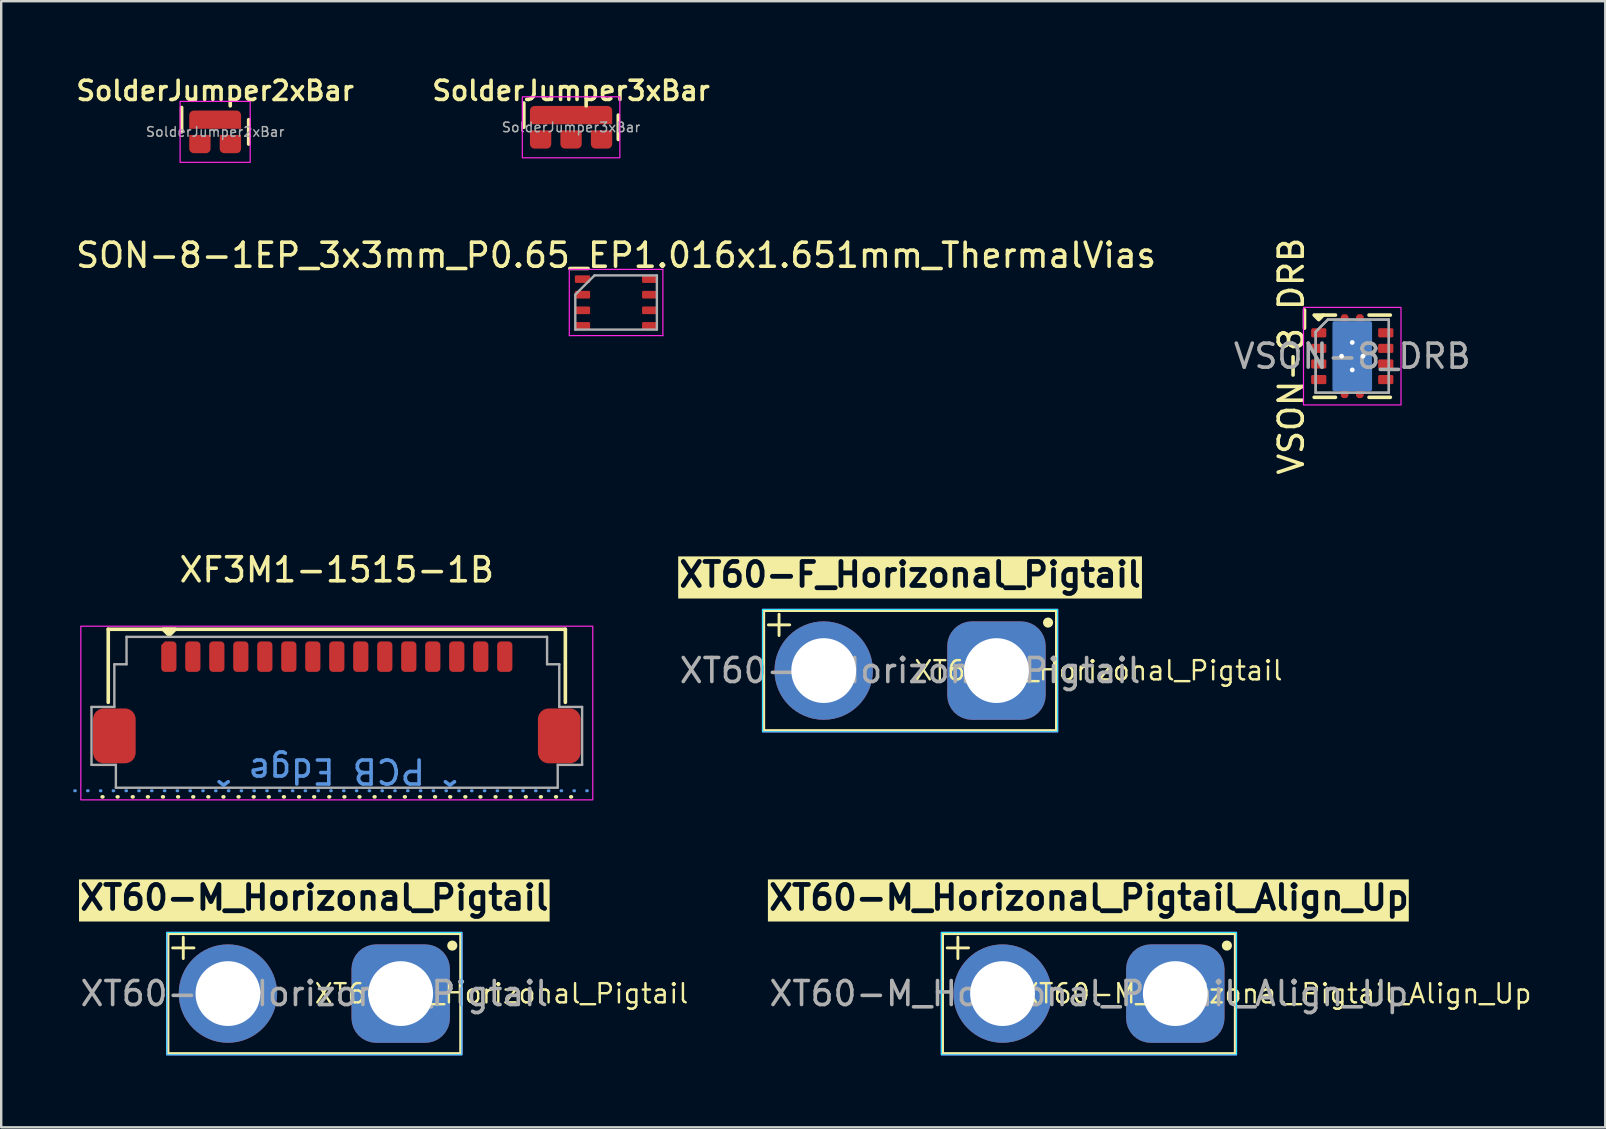
<source format=kicad_pcb>
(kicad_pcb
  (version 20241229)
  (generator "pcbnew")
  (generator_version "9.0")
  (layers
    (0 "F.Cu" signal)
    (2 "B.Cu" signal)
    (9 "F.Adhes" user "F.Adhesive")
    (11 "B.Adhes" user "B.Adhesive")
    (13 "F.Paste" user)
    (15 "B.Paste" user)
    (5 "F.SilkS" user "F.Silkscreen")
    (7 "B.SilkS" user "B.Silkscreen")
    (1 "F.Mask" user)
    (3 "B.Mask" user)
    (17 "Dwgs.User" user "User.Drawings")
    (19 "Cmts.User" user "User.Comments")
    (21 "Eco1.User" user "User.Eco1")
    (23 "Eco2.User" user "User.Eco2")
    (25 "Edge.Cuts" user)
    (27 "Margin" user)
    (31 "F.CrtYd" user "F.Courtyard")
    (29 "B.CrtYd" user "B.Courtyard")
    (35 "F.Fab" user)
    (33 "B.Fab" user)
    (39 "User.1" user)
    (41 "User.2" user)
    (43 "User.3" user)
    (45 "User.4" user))
  (footprint "SolderJumper2xBar"
    (layer "F.Cu")
    (at 5.916 2.446)
    (property "Reference" "SolderJumper2xBar" (at 0 -1.714 0) (unlocked yes) (layer "F.SilkS") (effects (font (size 0.8 0.8) (thickness 0.15))))
    (attr smd exclude_from_bom)
    (fp_line (start -1.397 0) (end -1.397 -1.016) (stroke (width 0.15) (type default)) (layer "F.SilkS"))
    (fp_line (start 1.397 -0.508) (end 1.397 0.508) (stroke (width 0.15) (type default)) (layer "F.SilkS"))
    (fp_rect (start -1.46 -1.27) (end 1.46 1.27) (stroke (width 0.05) (type default)) (fill no) (layer "F.CrtYd"))
    (fp_text user "${REFERENCE}" (at 0 0 0) (unlocked yes) (layer "F.Fab") (effects (font (size 0.4 0.4) (thickness 0.06))))
    (pad "1" smd roundrect (at 0 -0.508) (size 2.159 0.762) (layers "F.Cu" "F.Mask" "F.Paste") (roundrect_rratio 0.25) (chamfer_ratio 0) (chamfer bottom_left bottom_right))
    (pad "2" smd roundrect (at -0.635 0.508) (size 0.889 0.762) (layers "F.Cu" "F.Mask" "F.Paste") (roundrect_rratio 0.25) (chamfer_ratio 0) (chamfer top_left top_right))
    (pad "3" smd roundrect (at 0.635 0.508) (size 0.889 0.762) (layers "F.Cu" "F.Mask" "F.Paste") (roundrect_rratio 0.25) (chamfer_ratio 0) (chamfer top_left top_right)))
  (footprint "XT60-M_Horizonal_Pigtail_Align_Up"
    (layer "F.Cu")
    (at 42.33 38.357)
    (property "Reference" "XT60-M_Horizonal_Pigtail_Align_Up" (at 7.8 0 0) (layer "F.SilkS") (effects (font (size 0.8 0.8) (thickness 0.1))))
    (property "Value" "XT60-M_Horizonal_Pigtail_Align_Up" (at 0 3.7 0) (layer "F.Fab") (hide yes) (effects (font (size 1 1) (thickness 0.15))))
    (attr through_hole)
    (fp_line (start -5.905 -1.905) (end -5.016 -1.905) (stroke (width 0.12) (type default)) (layer "F.SilkS"))
    (fp_line (start -5.461 -2.349) (end -5.461 -1.46) (stroke (width 0.12) (type default)) (layer "F.SilkS"))
    (fp_rect (start -6.1 2.5) (end 6.1 -2.5) (stroke (width 0.12) (type default)) (fill no) (layer "F.SilkS"))
    (fp_circle (center 5.75 -2) (end 5.9 -2) (stroke (width 0.12) (type solid)) (fill yes) (layer "F.SilkS"))
    (fp_rect (start -6.15 -2.55) (end 6.15 2.55) (stroke (width 0.05) (type default)) (fill no) (layer "B.CrtYd"))
    (fp_rect (start -6.15 -2.55) (end 6.15 2.55) (stroke (width 0.05) (type default)) (fill no) (layer "F.CrtYd"))
    (fp_text user "${VALUE}" (at 0 -4 0) (layer "F.SilkS" knockout) (effects (font (size 1 1) (thickness 0.2))))
    (fp_text user "${REFERENCE}" (at 0 0 0) (layer "F.Fab") (effects (font (size 1 1) (thickness 0.15))))
    (pad "1" thru_hole roundrect (at 3.6 0) (size 4.1 4.1) (drill 2.7) (layers "*.Cu" "*.Paste" "*.Mask") (roundrect_rratio 0.25))
    (pad "2" thru_hole circle (at -3.6 0) (size 4.1 4.1) (drill 2.7) (layers "*.Cu" "*.Paste" "*.Mask")))
  (footprint "VSON-8_DRB"
    (layer "F.Cu")
    (at 53.304 11.794)
    (property "Reference" "VSON-8_DRB" (at -2.54 0 90) (unlocked yes) (layer "F.SilkS") (effects (font (size 1 1) (thickness 0.15))))
    (attr smd)
    (fp_line (start -1.206 -1.714) (end -0.699 -1.714) (stroke (width 0.15) (type default)) (layer "F.SilkS"))
    (fp_line (start -0.699 1.714) (end -1.587 1.714) (stroke (width 0.15) (type default)) (layer "F.SilkS"))
    (fp_line (start 1.587 -1.714) (end 0.699 -1.714) (stroke (width 0.15) (type default)) (layer "F.SilkS"))
    (fp_line (start 1.587 1.714) (end 0.699 1.714) (stroke (width 0.15) (type default)) (layer "F.SilkS"))
    (fp_poly (pts (xy -1.587 -1.714) (xy -1.206 -1.714) (xy -1.397 -1.524)) (stroke (width 0.15) (type solid)) (fill yes) (layer "F.SilkS"))
    (fp_rect (start -2.032 -2.032) (end 2.032 2.032) (stroke (width 0.05) (type default)) (fill no) (layer "F.CrtYd"))
    (fp_line (start -1.524 -1.016) (end -1.016 -1.524) (stroke (width 0.1) (type default)) (layer "F.Fab"))
    (fp_line (start -1.524 -1.016) (end -1.016 -1.524) (stroke (width 0.1) (type default)) (layer "F.Fab"))
    (fp_line (start -1.524 1.524) (end -1.524 -1.016) (stroke (width 0.1) (type default)) (layer "F.Fab"))
    (fp_line (start -1.524 1.524) (end -1.524 -1.016) (stroke (width 0.1) (type default)) (layer "F.Fab"))
    (fp_line (start -1.016 -1.524) (end 1.524 -1.524) (stroke (width 0.1) (type default)) (layer "F.Fab"))
    (fp_line (start -1.016 -1.524) (end 1.524 -1.524) (stroke (width 0.1) (type default)) (layer "F.Fab"))
    (fp_line (start 1.524 -1.524) (end 1.524 1.524) (stroke (width 0.1) (type default)) (layer "F.Fab"))
    (fp_line (start 1.524 -1.524) (end 1.524 1.524) (stroke (width 0.1) (type default)) (layer "F.Fab"))
    (fp_line (start 1.524 1.524) (end -1.524 1.524) (stroke (width 0.1) (type default)) (layer "F.Fab"))
    (fp_line (start 1.524 1.524) (end -1.524 1.524) (stroke (width 0.1) (type default)) (layer "F.Fab"))
    (fp_text user "${REFERENCE}" (at 0 0 0) (unlocked yes) (layer "F.Fab") (effects (font (size 1 1) (thickness 0.15))))
    (pad "" smd roundrect (at -0.381 -0.445) (size 0.635 0.826) (layers "F.Paste") (roundrect_rratio 0.25) (chamfer_ratio 0.35) (chamfer top_left))
    (pad "" smd roundrect (at -0.381 0.445) (size 0.635 0.826) (layers "F.Paste") (roundrect_rratio 0.25))
    (pad "" smd roundrect (at -0.318 -1.333) (size 0.254 0.762) (layers "F.Paste") (roundrect_rratio 0.25))
    (pad "" smd roundrect (at -0.318 1.333) (size 0.254 0.762) (layers "F.Paste") (roundrect_rratio 0.25))
    (pad "" smd roundrect (at 0.318 -1.333) (size 0.254 0.762) (layers "F.Paste") (roundrect_rratio 0.25))
    (pad "" smd roundrect (at 0.318 1.333) (size 0.254 0.762) (layers "F.Paste") (roundrect_rratio 0.25))
    (pad "" smd roundrect (at 0.381 -0.445) (size 0.635 0.826) (layers "F.Paste") (roundrect_rratio 0.25))
    (pad "" smd roundrect (at 0.381 0.445) (size 0.635 0.826) (layers "F.Paste") (roundrect_rratio 0.25))
    (pad "1" smd roundrect (at -1.397 -0.975) (size 0.635 0.381) (layers "F.Cu" "F.Mask" "F.Paste") (roundrect_rratio 0.15) (chamfer_ratio 0.15) (chamfer top_left))
    (pad "2" smd roundrect (at -1.397 -0.325) (size 0.635 0.381) (layers "F.Cu" "F.Mask" "F.Paste") (roundrect_rratio 0.15))
    (pad "3" smd roundrect (at -1.397 0.325) (size 0.635 0.381) (layers "F.Cu" "F.Mask" "F.Paste") (roundrect_rratio 0.15))
    (pad "4" smd roundrect (at -1.397 0.975) (size 0.635 0.381) (layers "F.Cu" "F.Mask" "F.Paste") (roundrect_rratio 0.15))
    (pad "5" smd roundrect (at 1.397 0.975) (size 0.635 0.381) (layers "F.Cu" "F.Mask" "F.Paste") (roundrect_rratio 0.15))
    (pad "6" smd roundrect (at 1.397 0.325) (size 0.635 0.381) (layers "F.Cu" "F.Mask" "F.Paste") (roundrect_rratio 0.15))
    (pad "7" smd roundrect (at 1.397 -0.325) (size 0.635 0.381) (layers "F.Cu" "F.Mask" "F.Paste") (roundrect_rratio 0.15))
    (pad "8" smd roundrect (at 1.397 -0.975) (size 0.635 0.381) (layers "F.Cu" "F.Mask" "F.Paste") (roundrect_rratio 0.15))
    (pad "9" thru_hole circle (at -0.445 0) (size 0.5 0.5) (drill 0.2) (property pad_prop_heatsink) (layers "*.Cu"))
    (pad "9" thru_hole circle (at 0 -0.572) (size 0.5 0.5) (drill 0.2) (property pad_prop_heatsink) (layers "*.Cu"))
    (pad "9" smd custom (at 0 0) (size 0.127 0.127) (layers "F.Cu" "F.Mask") (options (anchor rect)) (primitives (gr_poly (pts (xy -0.762 -0.599) (xy -0.472 -0.889) (xy 0.724 -0.889) (xy 0.738 -0.886) (xy 0.751 -0.878) (xy 0.759 -0.865) (xy 0.762 -0.851) (xy 0.762 0.851) (xy 0.759 0.865) (xy 0.751 0.878) (xy 0.738 0.886) (xy 0.724 0.889) (xy -0.724 0.889) (xy -0.738 0.886) (xy -0.751 0.878) (xy -0.759 0.865) (xy -0.762 0.851)) (width 0) (fill yes)) (gr_poly (pts (xy 0.445 0.826) (xy 0.445 1.651) (xy 0.381 1.714) (xy 0.254 1.714) (xy 0.191 1.651) (xy 0.191 0.826)) (width 0.064) (fill yes)) (gr_poly (pts (xy -0.191 0.826) (xy -0.191 1.651) (xy -0.254 1.714) (xy -0.381 1.714) (xy -0.445 1.651) (xy -0.445 0.826)) (width 0.064) (fill yes)) (gr_poly (pts (xy 0.191 -0.826) (xy 0.191 -1.651) (xy 0.254 -1.714) (xy 0.381 -1.714) (xy 0.445 -1.651) (xy 0.445 -0.826)) (width 0.064) (fill yes)) (gr_poly (pts (xy -0.445 -0.826) (xy -0.445 -1.651) (xy -0.381 -1.714) (xy -0.254 -1.714) (xy -0.191 -1.651) (xy -0.191 -0.826)) (width 0.064) (fill yes))))
    (pad "9" smd roundrect (at 0 0) (size 1.651 2.921) (property pad_prop_heatsink) (layers "B.Cu") (roundrect_rratio 0.05))
    (pad "9" thru_hole circle (at 0 0.572) (size 0.5 0.5) (drill 0.2) (property pad_prop_heatsink) (layers "*.Cu"))
    (pad "9" thru_hole circle (at 0.445 0) (size 0.5 0.5) (drill 0.2) (property pad_prop_heatsink) (layers "*.Cu")))
  (footprint "SON-8-1EP_3x3mm_P0.65_EP1.016x1.651mm_ThermalVias"
    (layer "F.Cu")
    (at 22.625 9.557)
    (property "Reference" "SON-8-1EP_3x3mm_P0.65_EP1.016x1.651mm_ThermalVias" (at 0 -1.968 0) (unlocked yes) (layer "F.SilkS") (effects (font (size 1 1) (thickness 0.15))))
    (attr smd)
    (fp_line (start -1.95 -1.38) (end 1.95 -1.38) (stroke (width 0.05) (type default)) (layer "F.CrtYd"))
    (fp_line (start -1.95 1.38) (end -1.95 -1.38) (stroke (width 0.05) (type default)) (layer "F.CrtYd"))
    (fp_line (start 1.95 -1.38) (end 1.95 1.38) (stroke (width 0.05) (type default)) (layer "F.CrtYd"))
    (fp_line (start 1.95 1.38) (end -1.95 1.38) (stroke (width 0.05) (type default)) (layer "F.CrtYd"))
    (fp_line (start -1.7 -0.33) (end -0.9 -1.13) (stroke (width 0.1) (type default)) (layer "F.Fab"))
    (fp_line (start -1.7 1.13) (end -1.7 -0.33) (stroke (width 0.1) (type default)) (layer "F.Fab"))
    (fp_line (start -0.9 -1.13) (end 1.7 -1.13) (stroke (width 0.1) (type default)) (layer "F.Fab"))
    (fp_line (start 1.7 -1.13) (end 1.7 1.13) (stroke (width 0.1) (type default)) (layer "F.Fab"))
    (fp_line (start 1.7 1.13) (end -1.7 1.13) (stroke (width 0.1) (type default)) (layer "F.Fab"))
    (pad "1" smd roundrect (at -1.4 -0.975) (size 0.635 0.318) (layers "F.Cu" "F.Mask" "F.Paste") (roundrect_rratio 0.15))
    (pad "2" smd roundrect (at -1.4 -0.325) (size 0.635 0.318) (layers "F.Cu" "F.Mask" "F.Paste") (roundrect_rratio 0.15))
    (pad "3" smd roundrect (at -1.4 0.325) (size 0.635 0.318) (layers "F.Cu" "F.Mask" "F.Paste") (roundrect_rratio 0.15))
    (pad "4" smd roundrect (at -1.4 0.975) (size 0.635 0.318) (layers "F.Cu" "F.Mask" "F.Paste") (roundrect_rratio 0.15))
    (pad "5" smd roundrect (at 1.4 0.975) (size 0.635 0.318) (layers "F.Cu" "F.Mask" "F.Paste") (roundrect_rratio 0.15))
    (pad "6" smd roundrect (at 1.4 0.325) (size 0.635 0.318) (layers "F.Cu" "F.Mask" "F.Paste") (roundrect_rratio 0.15))
    (pad "7" smd roundrect (at 1.4 -0.325) (size 0.635 0.318) (layers "F.Cu" "F.Mask" "F.Paste") (roundrect_rratio 0.15))
    (pad "8" smd roundrect (at 1.4 -0.975) (size 0.635 0.318) (layers "F.Cu" "F.Mask" "F.Paste") (roundrect_rratio 0.15)))
  (footprint "XT60-F_Horizonal_Pigtail"
    (layer "F.Cu")
    (at 34.877 24.896)
    (property "Reference" "XT60-F_Horizonal_Pigtail" (at 7.85 0 0) (layer "F.SilkS") (effects (font (size 0.8 0.8) (thickness 0.1))))
    (property "Value" "XT60-F_Horizonal_Pigtail" (at 0 3.7 0) (layer "F.Fab") (hide yes) (effects (font (size 1 1) (thickness 0.15))))
    (attr through_hole)
    (fp_line (start -5.905 -1.905) (end -5.016 -1.905) (stroke (width 0.12) (type default)) (layer "F.SilkS"))
    (fp_line (start -5.461 -2.349) (end -5.461 -1.46) (stroke (width 0.12) (type default)) (layer "F.SilkS"))
    (fp_rect (start -6.1 2.5) (end 6.1 -2.5) (stroke (width 0.12) (type default)) (fill no) (layer "F.SilkS"))
    (fp_circle (center 5.75 -2) (end 5.9 -2) (stroke (width 0.12) (type solid)) (fill yes) (layer "F.SilkS"))
    (fp_rect (start -6.15 -2.55) (end 6.15 2.55) (stroke (width 0.05) (type default)) (fill no) (layer "B.CrtYd"))
    (fp_rect (start -6.15 -2.55) (end 6.15 2.55) (stroke (width 0.05) (type default)) (fill no) (layer "F.CrtYd"))
    (fp_text user "${VALUE}" (at 0 -4 0) (layer "F.SilkS" knockout) (effects (font (size 1 1) (thickness 0.2))))
    (fp_text user "${REFERENCE}" (at 0 0 0) (layer "F.Fab") (effects (font (size 1 1) (thickness 0.15))))
    (pad "1" thru_hole roundrect (at 3.6 0) (size 4.1 4.1) (drill 2.7) (layers "*.Cu" "*.Paste" "*.Mask") (roundrect_rratio 0.25))
    (pad "2" thru_hole circle (at -3.6 0) (size 4.1 4.1) (drill 2.7) (layers "*.Cu" "*.Paste" "*.Mask")))
  (footprint "XT60-M_Horizonal_Pigtail"
    (layer "F.Cu")
    (at 10.049 38.357)
    (property "Reference" "XT60-M_Horizonal_Pigtail" (at 7.8 0 0) (layer "F.SilkS") (effects (font (size 0.8 0.8) (thickness 0.1))))
    (property "Value" "XT60-M_Horizonal_Pigtail" (at 0 3.7 0) (layer "F.Fab") (hide yes) (effects (font (size 1 1) (thickness 0.15))))
    (attr through_hole)
    (fp_line (start -5.905 -1.905) (end -5.016 -1.905) (stroke (width 0.12) (type default)) (layer "F.SilkS"))
    (fp_line (start -5.461 -2.349) (end -5.461 -1.46) (stroke (width 0.12) (type default)) (layer "F.SilkS"))
    (fp_rect (start -6.1 2.5) (end 6.1 -2.5) (stroke (width 0.12) (type default)) (fill no) (layer "F.SilkS"))
    (fp_circle (center 5.75 -2) (end 5.9 -2) (stroke (width 0.12) (type solid)) (fill yes) (layer "F.SilkS"))
    (fp_rect (start -6.15 -2.55) (end 6.15 2.55) (stroke (width 0.05) (type default)) (fill no) (layer "B.CrtYd"))
    (fp_rect (start -6.15 -2.55) (end 6.15 2.55) (stroke (width 0.05) (type default)) (fill no) (layer "F.CrtYd"))
    (fp_text user "${VALUE}" (at 0 -4 0) (layer "F.SilkS" knockout) (effects (font (size 1 1) (thickness 0.2))))
    (fp_text user "${REFERENCE}" (at 0 0 0) (layer "F.Fab") (effects (font (size 1 1) (thickness 0.15))))
    (pad "1" thru_hole roundrect (at 3.6 0) (size 4.1 4.1) (drill 2.7) (layers "*.Cu" "*.Paste" "*.Mask") (roundrect_rratio 0.25))
    (pad "2" thru_hole circle (at -3.6 0) (size 4.1 4.1) (drill 2.7) (layers "*.Cu" "*.Paste" "*.Mask")))
  (footprint "SolderJumper3xBar"
    (layer "F.Cu")
    (at 20.749 2.255)
    (property "Reference" "SolderJumper3xBar" (at 0 -1.524 0) (unlocked yes) (layer "F.SilkS") (effects (font (size 0.8 0.8) (thickness 0.15))))
    (attr smd exclude_from_bom)
    (fp_line (start -1.968 0) (end -1.968 -1.016) (stroke (width 0.15) (type default)) (layer "F.SilkS"))
    (fp_line (start 1.968 -0.508) (end 1.968 0.508) (stroke (width 0.15) (type default)) (layer "F.SilkS"))
    (fp_rect (start -2.032 -1.27) (end 2.032 1.27) (stroke (width 0.05) (type default)) (fill no) (layer "F.CrtYd"))
    (fp_text user "${REFERENCE}" (at 0 0 0) (unlocked yes) (layer "F.Fab") (effects (font (size 0.4 0.4) (thickness 0.06))))
    (pad "1" smd roundrect (at 0 -0.508) (size 3.429 0.762) (layers "F.Cu" "F.Mask" "F.Paste") (roundrect_rratio 0.25) (chamfer_ratio 0) (chamfer bottom_left bottom_right))
    (pad "2" smd roundrect (at -1.27 0.508) (size 0.889 0.762) (layers "F.Cu" "F.Mask" "F.Paste") (roundrect_rratio 0.25) (chamfer_ratio 0) (chamfer top_left top_right))
    (pad "3" smd roundrect (at 0 0.508) (size 0.889 0.762) (layers "F.Cu" "F.Mask" "F.Paste") (roundrect_rratio 0.25) (chamfer_ratio 0) (chamfer top_left top_right))
    (pad "4" smd roundrect (at 1.27 0.508) (size 0.889 0.762) (layers "F.Cu" "F.Mask" "F.Paste") (roundrect_rratio 0.25) (chamfer_ratio 0) (chamfer top_left top_right)))
  (footprint "XF3M1-1515-1B"
    (layer "F.Cu")
    (at 10.986 27.618)
    (property "Reference" "XF3M1-1515-1B" (at 0 -6.921 0) (unlocked yes) (layer "F.SilkS") (effects (font (size 1 1) (thickness 0.15))))
    (attr smd)
    (fp_line (start -9.779 2.54) (end 9.779 2.54) (stroke (width 0.15) (type dot)) (layer "F.SilkS"))
    (fp_line (start -9.525 -4.445) (end 9.525 -4.445) (stroke (width 0.15) (type default)) (layer "F.SilkS"))
    (fp_line (start -9.525 -1.397) (end -9.525 -4.445) (stroke (width 0.15) (type default)) (layer "F.SilkS"))
    (fp_line (start 9.525 -1.397) (end 9.525 -4.445) (stroke (width 0.15) (type default)) (layer "F.SilkS"))
    (fp_poly (pts (xy -7.239 -4.445) (xy -6.731 -4.445) (xy -6.985 -4.191)) (stroke (width 0.15) (type solid)) (fill yes) (layer "F.SilkS"))
    (fp_line (start -10.922 2.286) (end 10.922 2.286) (stroke (width 0.127) (type dot)) (layer "Cmts.User"))
    (fp_rect (start -10.668 -4.572) (end 10.668 2.667) (stroke (width 0.05) (type default)) (fill no) (layer "F.CrtYd"))
    (fp_line (start -10.223 -1.206) (end -10.223 1.206) (stroke (width 0.1) (type default)) (layer "F.Fab"))
    (fp_line (start -10.223 1.206) (end -9.207 1.206) (stroke (width 0.1) (type default)) (layer "F.Fab"))
    (fp_line (start -9.271 -2.985) (end -9.271 -1.206) (stroke (width 0.1) (type default)) (layer "F.Fab"))
    (fp_line (start -9.271 -1.206) (end -10.223 -1.206) (stroke (width 0.1) (type default)) (layer "F.Fab"))
    (fp_line (start -9.207 1.206) (end -9.207 2.159) (stroke (width 0.1) (type default)) (layer "F.Fab"))
    (fp_line (start -9.207 2.159) (end 9.207 2.159) (stroke (width 0.1) (type default)) (layer "F.Fab"))
    (fp_line (start -8.763 -4.128) (end -8.763 -2.985) (stroke (width 0.1) (type default)) (layer "F.Fab"))
    (fp_line (start -8.763 -4.128) (end 8.763 -4.128) (stroke (width 0.1) (type solid)) (layer "F.Fab"))
    (fp_line (start -8.763 -2.985) (end -9.271 -2.985) (stroke (width 0.1) (type default)) (layer "F.Fab"))
    (fp_line (start 8.763 -4.128) (end 8.763 -2.985) (stroke (width 0.1) (type default)) (layer "F.Fab"))
    (fp_line (start 8.763 -2.985) (end 9.271 -2.985) (stroke (width 0.1) (type default)) (layer "F.Fab"))
    (fp_line (start 9.207 1.206) (end 9.207 2.159) (stroke (width 0.1) (type default)) (layer "F.Fab"))
    (fp_line (start 9.271 -2.985) (end 9.271 -1.206) (stroke (width 0.1) (type default)) (layer "F.Fab"))
    (fp_line (start 9.271 -1.206) (end 10.223 -1.206) (stroke (width 0.1) (type default)) (layer "F.Fab"))
    (fp_line (start 10.223 -1.206) (end 10.223 1.206) (stroke (width 0.1) (type default)) (layer "F.Fab"))
    (fp_line (start 10.223 1.206) (end 9.207 1.206) (stroke (width 0.1) (type default)) (layer "F.Fab"))
    (fp_text user "^ PCB Edge ^" (at 0 1.46 180) (unlocked yes) (layer "Cmts.User") (effects (font (size 1 1) (thickness 0.15))))
    (pad "1" smd roundrect (at -7 -3.302) (size 0.635 1.27) (layers "F.Cu" "F.Mask" "F.Paste") (roundrect_rratio 0.25) (chamfer_ratio 0.25) (chamfer top_left))
    (pad "2" smd roundrect (at -6 -3.302) (size 0.635 1.27) (layers "F.Cu" "F.Mask" "F.Paste") (roundrect_rratio 0.25))
    (pad "3" smd roundrect (at -5 -3.302) (size 0.635 1.27) (layers "F.Cu" "F.Mask" "F.Paste") (roundrect_rratio 0.25))
    (pad "4" smd roundrect (at -4 -3.302) (size 0.635 1.27) (layers "F.Cu" "F.Mask" "F.Paste") (roundrect_rratio 0.25))
    (pad "5" smd roundrect (at -3 -3.302) (size 0.635 1.27) (layers "F.Cu" "F.Mask" "F.Paste") (roundrect_rratio 0.25))
    (pad "6" smd roundrect (at -2 -3.302) (size 0.635 1.27) (layers "F.Cu" "F.Mask" "F.Paste") (roundrect_rratio 0.25))
    (pad "7" smd roundrect (at -1 -3.302) (size 0.635 1.27) (layers "F.Cu" "F.Mask" "F.Paste") (roundrect_rratio 0.25))
    (pad "8" smd roundrect (at 0 -3.302) (size 0.635 1.27) (layers "F.Cu" "F.Mask" "F.Paste") (roundrect_rratio 0.25))
    (pad "9" smd roundrect (at 1 -3.302) (size 0.635 1.27) (layers "F.Cu" "F.Mask" "F.Paste") (roundrect_rratio 0.25))
    (pad "10" smd roundrect (at 2 -3.302) (size 0.635 1.27) (layers "F.Cu" "F.Mask" "F.Paste") (roundrect_rratio 0.25))
    (pad "11" smd roundrect (at 3 -3.302) (size 0.635 1.27) (layers "F.Cu" "F.Mask" "F.Paste") (roundrect_rratio 0.25))
    (pad "12" smd roundrect (at 4 -3.302) (size 0.635 1.27) (layers "F.Cu" "F.Mask" "F.Paste") (roundrect_rratio 0.25))
    (pad "13" smd roundrect (at 5 -3.302) (size 0.635 1.27) (layers "F.Cu" "F.Mask" "F.Paste") (roundrect_rratio 0.25))
    (pad "14" smd roundrect (at 6 -3.302) (size 0.635 1.27) (layers "F.Cu" "F.Mask" "F.Paste") (roundrect_rratio 0.25))
    (pad "15" smd roundrect (at 7 -3.302) (size 0.635 1.27) (layers "F.Cu" "F.Mask" "F.Paste") (roundrect_rratio 0.25))
    (pad "MP1" smd roundrect (at -9.271 0 270) (size 2.286 1.778) (layers "F.Cu" "F.Mask" "F.Paste") (roundrect_rratio 0.25))
    (pad "MP2" smd roundrect (at 9.271 0 270) (size 2.286 1.778) (layers "F.Cu" "F.Mask" "F.Paste") (roundrect_rratio 0.25)))
  (gr_rect
    (start -3 -3)
    (end 63.848 43.932)
    (stroke (width 0.1) (type default))
    (fill no)
    (layer "Edge.Cuts")))
</source>
